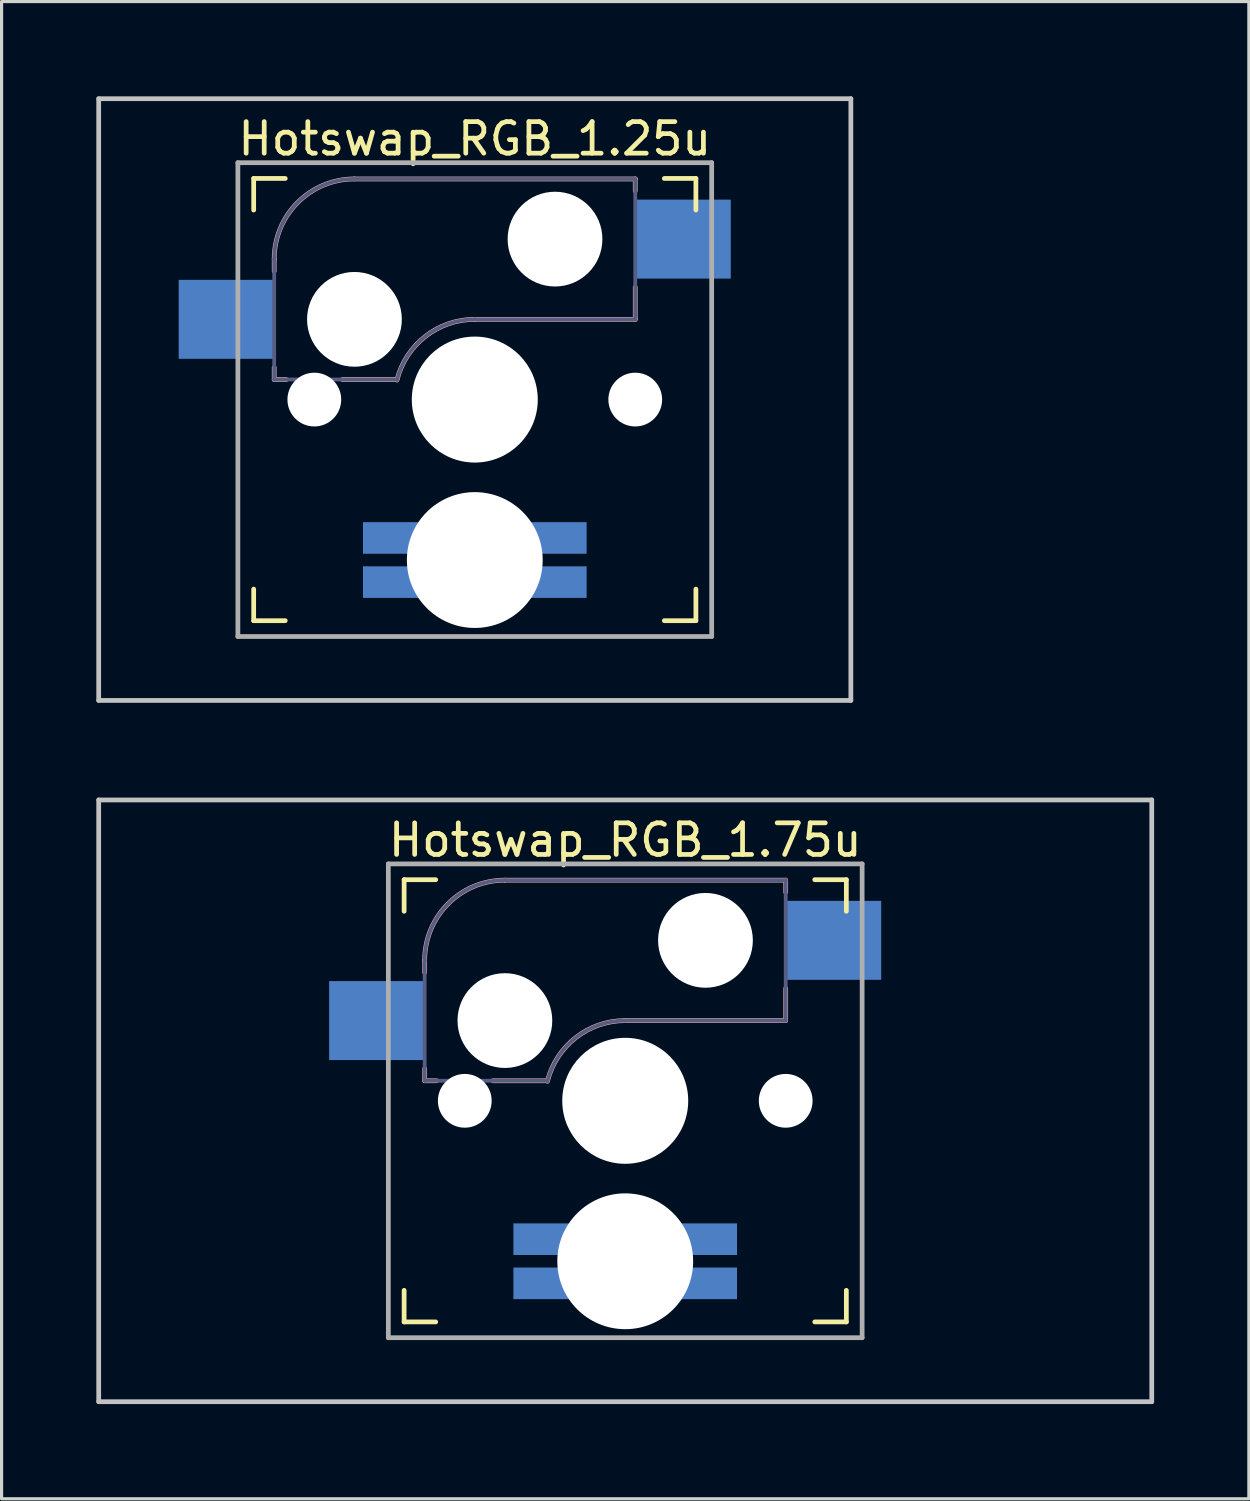
<source format=kicad_pcb>
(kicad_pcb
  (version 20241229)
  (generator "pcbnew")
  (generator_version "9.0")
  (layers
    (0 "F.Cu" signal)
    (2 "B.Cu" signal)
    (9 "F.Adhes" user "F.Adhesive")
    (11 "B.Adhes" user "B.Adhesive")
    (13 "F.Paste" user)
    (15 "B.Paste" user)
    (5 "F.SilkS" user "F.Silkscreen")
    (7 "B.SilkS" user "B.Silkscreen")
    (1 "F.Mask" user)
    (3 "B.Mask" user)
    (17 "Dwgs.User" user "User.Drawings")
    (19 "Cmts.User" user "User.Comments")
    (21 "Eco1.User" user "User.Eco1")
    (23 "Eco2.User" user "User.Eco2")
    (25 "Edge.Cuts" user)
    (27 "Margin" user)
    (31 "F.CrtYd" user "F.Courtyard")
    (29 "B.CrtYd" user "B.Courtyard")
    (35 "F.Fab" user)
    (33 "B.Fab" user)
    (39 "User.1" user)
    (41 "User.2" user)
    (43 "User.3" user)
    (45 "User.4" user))
  (footprint "Hotswap_RGB_1.75u"
    (layer "F.Cu")
    (at 16.744 31.8)
    (property "Reference" "Hotswap_RGB_1.75u" (at 0 -8.255 0) (layer "F.SilkS") (effects (font (size 1 1) (thickness 0.15))))
    (attr through_hole)
    (fp_line (start -7 -6) (end -7 -7) (stroke (width 0.15) (type solid)) (layer "F.SilkS"))
    (fp_line (start -7 7) (end -7 6) (stroke (width 0.15) (type solid)) (layer "F.SilkS"))
    (fp_line (start -7 7) (end -6 7) (stroke (width 0.15) (type solid)) (layer "F.SilkS"))
    (fp_line (start -6 -7) (end -7 -7) (stroke (width 0.15) (type solid)) (layer "F.SilkS"))
    (fp_line (start 6 7) (end 7 7) (stroke (width 0.15) (type solid)) (layer "F.SilkS"))
    (fp_line (start 7 -7) (end 6 -7) (stroke (width 0.15) (type solid)) (layer "F.SilkS"))
    (fp_line (start 7 -7) (end 7 -6) (stroke (width 0.15) (type solid)) (layer "F.SilkS"))
    (fp_line (start 7 6) (end 7 7) (stroke (width 0.15) (type solid)) (layer "F.SilkS"))
    (fp_line (start -6.35 -4.445) (end -6.35 -4.064) (stroke (width 0.15) (type solid)) (layer "B.SilkS"))
    (fp_line (start -6.35 -1.016) (end -6.35 -0.635) (stroke (width 0.15) (type solid)) (layer "B.SilkS"))
    (fp_line (start -6.35 -0.635) (end -5.969 -0.635) (stroke (width 0.15) (type solid)) (layer "B.SilkS"))
    (fp_line (start -4.191 -0.635) (end -2.54 -0.635) (stroke (width 0.15) (type solid)) (layer "B.SilkS"))
    (fp_line (start 0 -2.54) (end 5.08 -2.54) (stroke (width 0.15) (type solid)) (layer "B.SilkS"))
    (fp_line (start 5.08 -6.985) (end -3.81 -6.985) (stroke (width 0.15) (type solid)) (layer "B.SilkS"))
    (fp_line (start 5.08 -6.604) (end 5.08 -6.985) (stroke (width 0.15) (type solid)) (layer "B.SilkS"))
    (fp_line (start 5.08 -2.54) (end 5.08 -3.556) (stroke (width 0.15) (type solid)) (layer "B.SilkS"))
    (fp_arc (start -6.35 -4.445) (mid -5.606051 -6.241051) (end -3.81 -6.985) (stroke (width 0.15) (type solid)) (layer "B.SilkS"))
    (fp_arc (start -2.464162 -0.61604) (mid -1.563147 -2.002042) (end 0 -2.54) (stroke (width 0.15) (type solid)) (layer "B.SilkS"))
    (fp_line (start -16.669 -9.525) (end 16.669 -9.525) (stroke (width 0.15) (type solid)) (layer "Dwgs.User"))
    (fp_line (start -16.669 9.525) (end -16.669 -9.525) (stroke (width 0.15) (type solid)) (layer "Dwgs.User"))
    (fp_line (start -16.669 9.525) (end 16.669 9.525) (stroke (width 0.15) (type solid)) (layer "Dwgs.User"))
    (fp_line (start 16.669 -9.525) (end 16.669 9.525) (stroke (width 0.15) (type solid)) (layer "Dwgs.User"))
    (fp_line (start -6.9 6.9) (end -6.9 -6.9) (stroke (width 0.15) (type solid)) (layer "Eco2.User"))
    (fp_line (start -6.9 6.9) (end 6.9 6.9) (stroke (width 0.15) (type solid)) (layer "Eco2.User"))
    (fp_line (start 6.9 -6.9) (end -6.9 -6.9) (stroke (width 0.15) (type solid)) (layer "Eco2.User"))
    (fp_line (start 6.9 -6.9) (end 6.9 6.9) (stroke (width 0.15) (type solid)) (layer "Eco2.User"))
    (fp_line (start -6.35 -4.445) (end -6.35 -0.635) (stroke (width 0.12) (type solid)) (layer "B.Fab"))
    (fp_line (start -6.35 -0.635) (end -2.54 -0.635) (stroke (width 0.12) (type solid)) (layer "B.Fab"))
    (fp_line (start 0 -2.54) (end 5.08 -2.54) (stroke (width 0.12) (type solid)) (layer "B.Fab"))
    (fp_line (start 5.08 -6.985) (end -3.81 -6.985) (stroke (width 0.12) (type solid)) (layer "B.Fab"))
    (fp_line (start 5.08 -2.54) (end 5.08 -6.985) (stroke (width 0.12) (type solid)) (layer "B.Fab"))
    (fp_arc (start -6.35 -4.445) (mid -5.606051 -6.241051) (end -3.81 -6.985) (stroke (width 0.12) (type solid)) (layer "B.Fab"))
    (fp_arc (start -2.464162 -0.61604) (mid -1.563147 -2.002042) (end 0 -2.54) (stroke (width 0.12) (type solid)) (layer "B.Fab"))
    (fp_line (start -7.5 -7.5) (end 7.5 -7.5) (stroke (width 0.15) (type solid)) (layer "F.Fab"))
    (fp_line (start -7.5 7.5) (end -7.5 -7.5) (stroke (width 0.15) (type solid)) (layer "F.Fab"))
    (fp_line (start 7.5 -7.5) (end 7.5 7.5) (stroke (width 0.15) (type solid)) (layer "F.Fab"))
    (fp_line (start 7.5 7.5) (end -7.5 7.5) (stroke (width 0.15) (type solid)) (layer "F.Fab"))
    (pad "" np_thru_hole circle (at -5.08 0 180) (size 1.702 1.702) (drill 1.702) (layers "*.Cu" "*.Mask"))
    (pad "" np_thru_hole circle (at -3.81 -2.54 180) (size 3 3) (drill 3) (layers "*.Cu" "*.Mask"))
    (pad "" np_thru_hole circle (at 0 0 180) (size 3.988 3.988) (drill 3.988) (layers "*.Cu" "*.Mask"))
    (pad "" np_thru_hole circle (at 0 5.08 180) (size 4.3 4.3) (drill 4.3) (layers "*.Cu" "*.Mask"))
    (pad "" np_thru_hole circle (at 2.54 -5.08 180) (size 3 3) (drill 3) (layers "*.Cu" "*.Mask"))
    (pad "" np_thru_hole circle (at 5.08 0 180) (size 1.702 1.702) (drill 1.702) (layers "*.Cu" "*.Mask"))
    (pad "1" smd rect (at -7.874 -2.54 180) (size 3 2.5) (layers "B.Cu" "B.Mask"))
    (pad "2" smd rect (at 6.604 -5.08 180) (size 3 2.5) (layers "B.Cu" "B.Mask"))
    (pad "A" smd rect (at -2.54 4.381 270) (size 1 2) (layers "B.Cu" "B.Mask"))
    (pad "B" smd rect (at -2.54 5.779 270) (size 1 2) (layers "B.Cu" "B.Mask"))
    (pad "G" smd rect (at 2.54 5.779 270) (size 1 2) (layers "B.Cu" "B.Mask"))
    (pad "R" smd rect (at 2.54 4.381 270) (size 1 2) (layers "B.Cu" "B.Mask")))
  (footprint "Hotswap_RGB_1.25u"
    (layer "F.Cu")
    (at 11.981 9.6)
    (property "Reference" "Hotswap_RGB_1.25u" (at 0 -8.255 0) (layer "F.SilkS") (effects (font (size 1 1) (thickness 0.15))))
    (attr through_hole)
    (fp_line (start -7 -6) (end -7 -7) (stroke (width 0.15) (type solid)) (layer "F.SilkS"))
    (fp_line (start -7 7) (end -7 6) (stroke (width 0.15) (type solid)) (layer "F.SilkS"))
    (fp_line (start -7 7) (end -6 7) (stroke (width 0.15) (type solid)) (layer "F.SilkS"))
    (fp_line (start -6 -7) (end -7 -7) (stroke (width 0.15) (type solid)) (layer "F.SilkS"))
    (fp_line (start 6 7) (end 7 7) (stroke (width 0.15) (type solid)) (layer "F.SilkS"))
    (fp_line (start 7 -7) (end 6 -7) (stroke (width 0.15) (type solid)) (layer "F.SilkS"))
    (fp_line (start 7 -7) (end 7 -6) (stroke (width 0.15) (type solid)) (layer "F.SilkS"))
    (fp_line (start 7 6) (end 7 7) (stroke (width 0.15) (type solid)) (layer "F.SilkS"))
    (fp_line (start -6.35 -4.445) (end -6.35 -4.064) (stroke (width 0.15) (type solid)) (layer "B.SilkS"))
    (fp_line (start -6.35 -1.016) (end -6.35 -0.635) (stroke (width 0.15) (type solid)) (layer "B.SilkS"))
    (fp_line (start -6.35 -0.635) (end -5.969 -0.635) (stroke (width 0.15) (type solid)) (layer "B.SilkS"))
    (fp_line (start -4.191 -0.635) (end -2.54 -0.635) (stroke (width 0.15) (type solid)) (layer "B.SilkS"))
    (fp_line (start 0 -2.54) (end 5.08 -2.54) (stroke (width 0.15) (type solid)) (layer "B.SilkS"))
    (fp_line (start 5.08 -6.985) (end -3.81 -6.985) (stroke (width 0.15) (type solid)) (layer "B.SilkS"))
    (fp_line (start 5.08 -6.604) (end 5.08 -6.985) (stroke (width 0.15) (type solid)) (layer "B.SilkS"))
    (fp_line (start 5.08 -2.54) (end 5.08 -3.556) (stroke (width 0.15) (type solid)) (layer "B.SilkS"))
    (fp_arc (start -6.35 -4.445) (mid -5.606051 -6.241051) (end -3.81 -6.985) (stroke (width 0.15) (type solid)) (layer "B.SilkS"))
    (fp_arc (start -2.464162 -0.61604) (mid -1.563147 -2.002042) (end 0 -2.54) (stroke (width 0.15) (type solid)) (layer "B.SilkS"))
    (fp_line (start -11.906 -9.525) (end 11.906 -9.525) (stroke (width 0.15) (type solid)) (layer "Dwgs.User"))
    (fp_line (start -11.906 9.525) (end -11.906 -9.525) (stroke (width 0.15) (type solid)) (layer "Dwgs.User"))
    (fp_line (start -11.906 9.525) (end 11.906 9.525) (stroke (width 0.15) (type solid)) (layer "Dwgs.User"))
    (fp_line (start 11.906 -9.525) (end 11.906 9.525) (stroke (width 0.15) (type solid)) (layer "Dwgs.User"))
    (fp_line (start -6.9 6.9) (end -6.9 -6.9) (stroke (width 0.15) (type solid)) (layer "Eco2.User"))
    (fp_line (start -6.9 6.9) (end 6.9 6.9) (stroke (width 0.15) (type solid)) (layer "Eco2.User"))
    (fp_line (start 6.9 -6.9) (end -6.9 -6.9) (stroke (width 0.15) (type solid)) (layer "Eco2.User"))
    (fp_line (start 6.9 -6.9) (end 6.9 6.9) (stroke (width 0.15) (type solid)) (layer "Eco2.User"))
    (fp_line (start -6.35 -4.445) (end -6.35 -0.635) (stroke (width 0.12) (type solid)) (layer "B.Fab"))
    (fp_line (start -6.35 -0.635) (end -2.54 -0.635) (stroke (width 0.12) (type solid)) (layer "B.Fab"))
    (fp_line (start 0 -2.54) (end 5.08 -2.54) (stroke (width 0.12) (type solid)) (layer "B.Fab"))
    (fp_line (start 5.08 -6.985) (end -3.81 -6.985) (stroke (width 0.12) (type solid)) (layer "B.Fab"))
    (fp_line (start 5.08 -2.54) (end 5.08 -6.985) (stroke (width 0.12) (type solid)) (layer "B.Fab"))
    (fp_arc (start -6.35 -4.445) (mid -5.606051 -6.241051) (end -3.81 -6.985) (stroke (width 0.12) (type solid)) (layer "B.Fab"))
    (fp_arc (start -2.464162 -0.61604) (mid -1.563147 -2.002042) (end 0 -2.54) (stroke (width 0.12) (type solid)) (layer "B.Fab"))
    (fp_line (start -7.5 -7.5) (end 7.5 -7.5) (stroke (width 0.15) (type solid)) (layer "F.Fab"))
    (fp_line (start -7.5 7.5) (end -7.5 -7.5) (stroke (width 0.15) (type solid)) (layer "F.Fab"))
    (fp_line (start 7.5 -7.5) (end 7.5 7.5) (stroke (width 0.15) (type solid)) (layer "F.Fab"))
    (fp_line (start 7.5 7.5) (end -7.5 7.5) (stroke (width 0.15) (type solid)) (layer "F.Fab"))
    (pad "" np_thru_hole circle (at -5.08 0 180) (size 1.702 1.702) (drill 1.702) (layers "*.Cu" "*.Mask"))
    (pad "" np_thru_hole circle (at -3.81 -2.54 180) (size 3 3) (drill 3) (layers "*.Cu" "*.Mask"))
    (pad "" np_thru_hole circle (at 0 0 180) (size 3.988 3.988) (drill 3.988) (layers "*.Cu" "*.Mask"))
    (pad "" np_thru_hole circle (at 0 5.08 180) (size 4.3 4.3) (drill 4.3) (layers "*.Cu" "*.Mask"))
    (pad "" np_thru_hole circle (at 2.54 -5.08 180) (size 3 3) (drill 3) (layers "*.Cu" "*.Mask"))
    (pad "" np_thru_hole circle (at 5.08 0 180) (size 1.702 1.702) (drill 1.702) (layers "*.Cu" "*.Mask"))
    (pad "1" smd rect (at -7.874 -2.54 180) (size 3 2.5) (layers "B.Cu" "B.Mask"))
    (pad "2" smd rect (at 6.604 -5.08 180) (size 3 2.5) (layers "B.Cu" "B.Mask"))
    (pad "A" smd rect (at -2.54 4.381 270) (size 1 2) (layers "B.Cu" "B.Mask"))
    (pad "B" smd rect (at -2.54 5.779 270) (size 1 2) (layers "B.Cu" "B.Mask"))
    (pad "G" smd rect (at 2.54 5.779 270) (size 1 2) (layers "B.Cu" "B.Mask"))
    (pad "R" smd rect (at 2.54 4.381 270) (size 1 2) (layers "B.Cu" "B.Mask")))
  (gr_rect
    (start -3 -3)
    (end 36.487 44.4)
    (stroke (width 0.1) (type default))
    (fill no)
    (layer "Edge.Cuts")))
</source>
